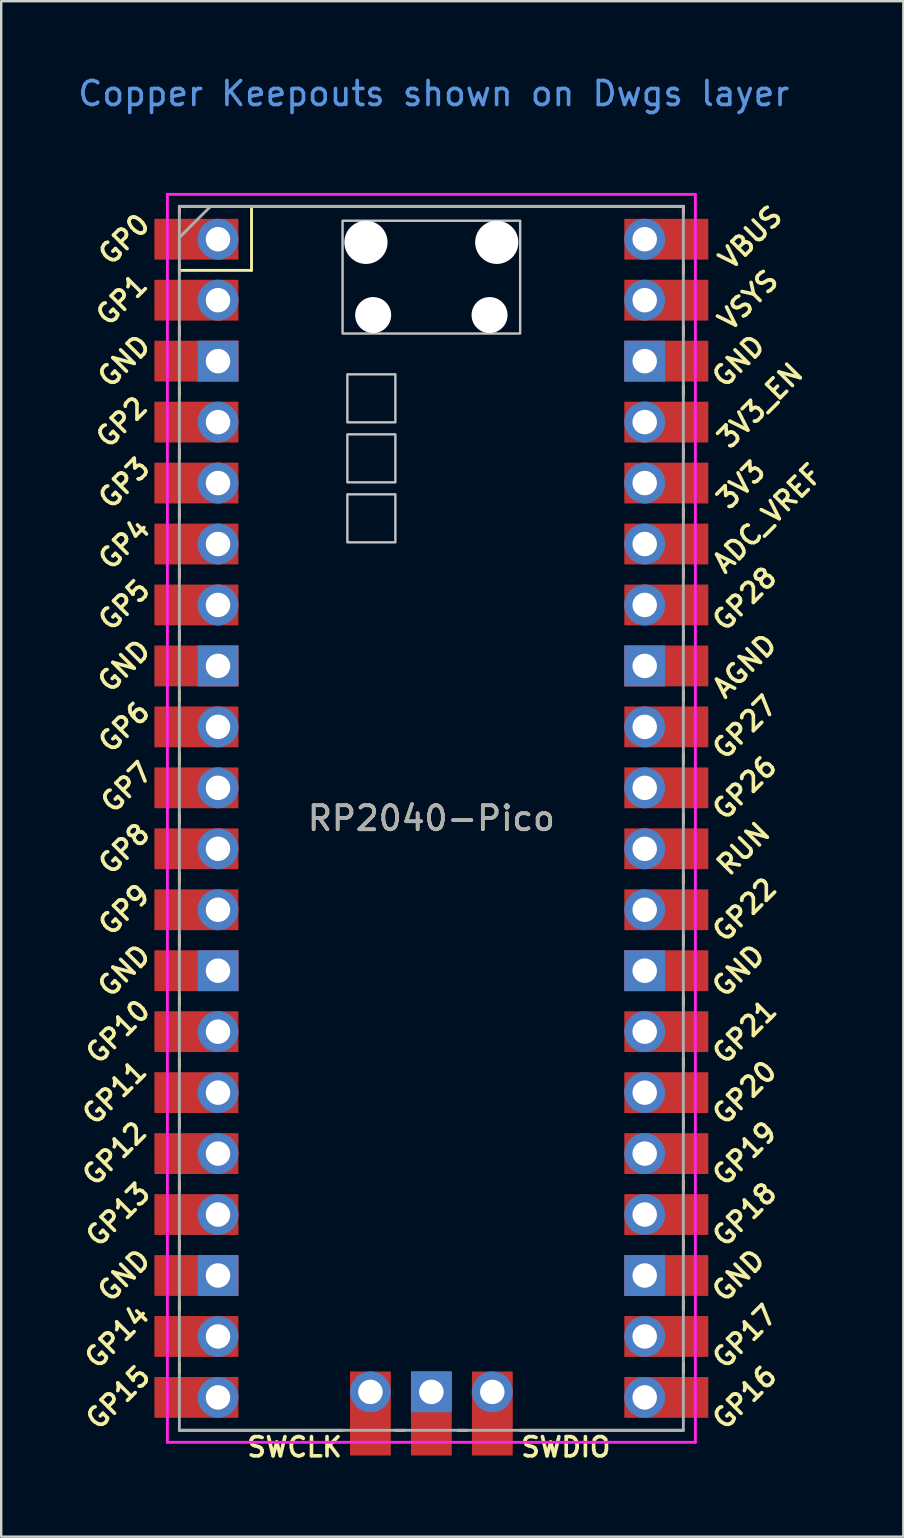
<source format=kicad_pcb>
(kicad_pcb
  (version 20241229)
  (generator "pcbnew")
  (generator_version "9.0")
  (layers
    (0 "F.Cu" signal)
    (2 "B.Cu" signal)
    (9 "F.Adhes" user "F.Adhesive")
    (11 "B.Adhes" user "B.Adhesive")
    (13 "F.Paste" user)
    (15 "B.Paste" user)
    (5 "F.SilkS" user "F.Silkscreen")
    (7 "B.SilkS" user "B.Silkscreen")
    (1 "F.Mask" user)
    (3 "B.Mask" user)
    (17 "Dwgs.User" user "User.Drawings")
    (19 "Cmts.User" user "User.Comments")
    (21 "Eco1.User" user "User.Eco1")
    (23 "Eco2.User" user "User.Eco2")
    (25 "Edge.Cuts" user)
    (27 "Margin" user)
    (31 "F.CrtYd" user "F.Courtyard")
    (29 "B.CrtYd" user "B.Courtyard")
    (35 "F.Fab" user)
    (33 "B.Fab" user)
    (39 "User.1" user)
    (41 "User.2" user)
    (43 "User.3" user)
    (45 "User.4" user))
  (footprint "RP2040-Pico"
    (layer "F.Cu")
    (at 14.924 31.048)
    (property "Reference" "RP2040-Pico" (at 0 0 0) (layer "F.SilkS") (effects (font (size 1 1) (thickness 0.15))))
    (attr through_hole)
    (fp_line (start -10.5 -25.5) (end -10.5 -25.2) (stroke (width 0.12) (type solid)) (layer "F.SilkS"))
    (fp_line (start -10.5 -25.5) (end 10.5 -25.5) (stroke (width 0.12) (type solid)) (layer "F.SilkS"))
    (fp_line (start -10.5 -23.1) (end -10.5 -22.7) (stroke (width 0.12) (type solid)) (layer "F.SilkS"))
    (fp_line (start -10.5 -22.833) (end -7.493 -22.833) (stroke (width 0.12) (type solid)) (layer "F.SilkS"))
    (fp_line (start -10.5 -20.5) (end -10.5 -20.1) (stroke (width 0.12) (type solid)) (layer "F.SilkS"))
    (fp_line (start -10.5 -18) (end -10.5 -17.6) (stroke (width 0.12) (type solid)) (layer "F.SilkS"))
    (fp_line (start -10.5 -15.4) (end -10.5 -15) (stroke (width 0.12) (type solid)) (layer "F.SilkS"))
    (fp_line (start -10.5 -12.9) (end -10.5 -12.5) (stroke (width 0.12) (type solid)) (layer "F.SilkS"))
    (fp_line (start -10.5 -10.4) (end -10.5 -10) (stroke (width 0.12) (type solid)) (layer "F.SilkS"))
    (fp_line (start -10.5 -7.8) (end -10.5 -7.4) (stroke (width 0.12) (type solid)) (layer "F.SilkS"))
    (fp_line (start -10.5 -5.3) (end -10.5 -4.9) (stroke (width 0.12) (type solid)) (layer "F.SilkS"))
    (fp_line (start -10.5 -2.7) (end -10.5 -2.3) (stroke (width 0.12) (type solid)) (layer "F.SilkS"))
    (fp_line (start -10.5 -0.2) (end -10.5 0.2) (stroke (width 0.12) (type solid)) (layer "F.SilkS"))
    (fp_line (start -10.5 2.3) (end -10.5 2.7) (stroke (width 0.12) (type solid)) (layer "F.SilkS"))
    (fp_line (start -10.5 4.9) (end -10.5 5.3) (stroke (width 0.12) (type solid)) (layer "F.SilkS"))
    (fp_line (start -10.5 7.4) (end -10.5 7.8) (stroke (width 0.12) (type solid)) (layer "F.SilkS"))
    (fp_line (start -10.5 10) (end -10.5 10.4) (stroke (width 0.12) (type solid)) (layer "F.SilkS"))
    (fp_line (start -10.5 12.5) (end -10.5 12.9) (stroke (width 0.12) (type solid)) (layer "F.SilkS"))
    (fp_line (start -10.5 15.1) (end -10.5 15.5) (stroke (width 0.12) (type solid)) (layer "F.SilkS"))
    (fp_line (start -10.5 17.6) (end -10.5 18) (stroke (width 0.12) (type solid)) (layer "F.SilkS"))
    (fp_line (start -10.5 20.1) (end -10.5 20.5) (stroke (width 0.12) (type solid)) (layer "F.SilkS"))
    (fp_line (start -10.5 22.7) (end -10.5 23.1) (stroke (width 0.12) (type solid)) (layer "F.SilkS"))
    (fp_line (start -7.493 -22.833) (end -7.493 -25.5) (stroke (width 0.12) (type solid)) (layer "F.SilkS"))
    (fp_line (start -3.7 25.5) (end -10.5 25.5) (stroke (width 0.12) (type solid)) (layer "F.SilkS"))
    (fp_line (start -1.5 25.5) (end -1.1 25.5) (stroke (width 0.12) (type solid)) (layer "F.SilkS"))
    (fp_line (start 1.1 25.5) (end 1.5 25.5) (stroke (width 0.12) (type solid)) (layer "F.SilkS"))
    (fp_line (start 10.5 -25.5) (end 10.5 -25.2) (stroke (width 0.12) (type solid)) (layer "F.SilkS"))
    (fp_line (start 10.5 -23.1) (end 10.5 -22.7) (stroke (width 0.12) (type solid)) (layer "F.SilkS"))
    (fp_line (start 10.5 -20.5) (end 10.5 -20.1) (stroke (width 0.12) (type solid)) (layer "F.SilkS"))
    (fp_line (start 10.5 -18) (end 10.5 -17.6) (stroke (width 0.12) (type solid)) (layer "F.SilkS"))
    (fp_line (start 10.5 -15.4) (end 10.5 -15) (stroke (width 0.12) (type solid)) (layer "F.SilkS"))
    (fp_line (start 10.5 -12.9) (end 10.5 -12.5) (stroke (width 0.12) (type solid)) (layer "F.SilkS"))
    (fp_line (start 10.5 -10.4) (end 10.5 -10) (stroke (width 0.12) (type solid)) (layer "F.SilkS"))
    (fp_line (start 10.5 -7.8) (end 10.5 -7.4) (stroke (width 0.12) (type solid)) (layer "F.SilkS"))
    (fp_line (start 10.5 -5.3) (end 10.5 -4.9) (stroke (width 0.12) (type solid)) (layer "F.SilkS"))
    (fp_line (start 10.5 -2.7) (end 10.5 -2.3) (stroke (width 0.12) (type solid)) (layer "F.SilkS"))
    (fp_line (start 10.5 -0.2) (end 10.5 0.2) (stroke (width 0.12) (type solid)) (layer "F.SilkS"))
    (fp_line (start 10.5 2.3) (end 10.5 2.7) (stroke (width 0.12) (type solid)) (layer "F.SilkS"))
    (fp_line (start 10.5 4.9) (end 10.5 5.3) (stroke (width 0.12) (type solid)) (layer "F.SilkS"))
    (fp_line (start 10.5 7.4) (end 10.5 7.8) (stroke (width 0.12) (type solid)) (layer "F.SilkS"))
    (fp_line (start 10.5 10) (end 10.5 10.4) (stroke (width 0.12) (type solid)) (layer "F.SilkS"))
    (fp_line (start 10.5 12.5) (end 10.5 12.9) (stroke (width 0.12) (type solid)) (layer "F.SilkS"))
    (fp_line (start 10.5 15.1) (end 10.5 15.5) (stroke (width 0.12) (type solid)) (layer "F.SilkS"))
    (fp_line (start 10.5 17.6) (end 10.5 18) (stroke (width 0.12) (type solid)) (layer "F.SilkS"))
    (fp_line (start 10.5 20.1) (end 10.5 20.5) (stroke (width 0.12) (type solid)) (layer "F.SilkS"))
    (fp_line (start 10.5 22.7) (end 10.5 23.1) (stroke (width 0.12) (type solid)) (layer "F.SilkS"))
    (fp_line (start 10.5 25.5) (end 3.7 25.5) (stroke (width 0.12) (type solid)) (layer "F.SilkS"))
    (fp_poly (pts (xy -1.5 -16.5) (xy -3.5 -16.5) (xy -3.5 -18.5) (xy -1.5 -18.5)) (stroke (width 0.1) (type solid)) (fill no) (layer "Dwgs.User"))
    (fp_poly (pts (xy -1.5 -14) (xy -3.5 -14) (xy -3.5 -16) (xy -1.5 -16)) (stroke (width 0.1) (type solid)) (fill no) (layer "Dwgs.User"))
    (fp_poly (pts (xy -1.5 -11.5) (xy -3.5 -11.5) (xy -3.5 -13.5) (xy -1.5 -13.5)) (stroke (width 0.1) (type solid)) (fill no) (layer "Dwgs.User"))
    (fp_poly (pts (xy 3.7 -20.2) (xy -3.7 -20.2) (xy -3.7 -24.9) (xy 3.7 -24.9)) (stroke (width 0.1) (type solid)) (fill no) (layer "Dwgs.User"))
    (fp_line (start -11 -26) (end 11 -26) (stroke (width 0.12) (type solid)) (layer "F.CrtYd"))
    (fp_line (start -11 26) (end -11 -26) (stroke (width 0.12) (type solid)) (layer "F.CrtYd"))
    (fp_line (start 11 -26) (end 11 26) (stroke (width 0.12) (type solid)) (layer "F.CrtYd"))
    (fp_line (start 11 26) (end -11 26) (stroke (width 0.12) (type solid)) (layer "F.CrtYd"))
    (fp_line (start -10.5 -25.5) (end 10.5 -25.5) (stroke (width 0.12) (type solid)) (layer "F.Fab"))
    (fp_line (start -10.5 -24.2) (end -9.2 -25.5) (stroke (width 0.12) (type solid)) (layer "F.Fab"))
    (fp_line (start -10.5 25.5) (end -10.5 -25.5) (stroke (width 0.12) (type solid)) (layer "F.Fab"))
    (fp_line (start 10.5 -25.5) (end 10.5 25.5) (stroke (width 0.12) (type solid)) (layer "F.Fab"))
    (fp_line (start 10.5 25.5) (end -10.5 25.5) (stroke (width 0.12) (type solid)) (layer "F.Fab"))
    (fp_text user "GP1" (at -12.9 -21.6 45) (layer "F.SilkS") (effects (font (size 0.8 0.8) (thickness 0.15))))
    (fp_text user "GP5" (at -12.8 -8.89 45) (layer "F.SilkS") (effects (font (size 0.8 0.8) (thickness 0.15))))
    (fp_text user "GND" (at -12.8 -6.35 45) (layer "F.SilkS") (effects (font (size 0.8 0.8) (thickness 0.15))))
    (fp_text user "GP16" (at 13.054 24.13 45) (layer "F.SilkS") (effects (font (size 0.8 0.8) (thickness 0.15))))
    (fp_text user "RUN" (at 13 1.27 45) (layer "F.SilkS") (effects (font (size 0.8 0.8) (thickness 0.15))))
    (fp_text user "GP27" (at 13.054 -3.8 45) (layer "F.SilkS") (effects (font (size 0.8 0.8) (thickness 0.15))))
    (fp_text user "GP7" (at -12.7 -1.3 45) (layer "F.SilkS") (effects (font (size 0.8 0.8) (thickness 0.15))))
    (fp_text user "GP4" (at -12.8 -11.43 45) (layer "F.SilkS") (effects (font (size 0.8 0.8) (thickness 0.15))))
    (fp_text user "GP14" (at -13.1 21.59 45) (layer "F.SilkS") (effects (font (size 0.8 0.8) (thickness 0.15))))
    (fp_text user "GND" (at -12.8 6.35 45) (layer "F.SilkS") (effects (font (size 0.8 0.8) (thickness 0.15))))
    (fp_text user "GP18" (at 13.054 16.51 45) (layer "F.SilkS") (effects (font (size 0.8 0.8) (thickness 0.15))))
    (fp_text user "GP13" (at -13.054 16.51 45) (layer "F.SilkS") (effects (font (size 0.8 0.8) (thickness 0.15))))
    (fp_text user "VBUS" (at 13.3 -24.2 45) (layer "F.SilkS") (effects (font (size 0.8 0.8) (thickness 0.15))))
    (fp_text user "GP10" (at -13.054 8.89 45) (layer "F.SilkS") (effects (font (size 0.8 0.8) (thickness 0.15))))
    (fp_text user "GND" (at 12.8 6.35 45) (layer "F.SilkS") (effects (font (size 0.8 0.8) (thickness 0.15))))
    (fp_text user "ADC_VREF" (at 14 -12.5 45) (layer "F.SilkS") (effects (font (size 0.8 0.8) (thickness 0.15))))
    (fp_text user "GP22" (at 13.054 3.81 45) (layer "F.SilkS") (effects (font (size 0.8 0.8) (thickness 0.15))))
    (fp_text user "3V3" (at 12.9 -13.9 45) (layer "F.SilkS") (effects (font (size 0.8 0.8) (thickness 0.15))))
    (fp_text user "3V3_EN" (at 13.7 -17.2 45) (layer "F.SilkS") (effects (font (size 0.8 0.8) (thickness 0.15))))
    (fp_text user "GP26" (at 13.054 -1.27 45) (layer "F.SilkS") (effects (font (size 0.8 0.8) (thickness 0.15))))
    (fp_text user "GP6" (at -12.8 -3.81 45) (layer "F.SilkS") (effects (font (size 0.8 0.8) (thickness 0.15))))
    (fp_text user "GP17" (at 13.054 21.59 45) (layer "F.SilkS") (effects (font (size 0.8 0.8) (thickness 0.15))))
    (fp_text user "VSYS" (at 13.2 -21.59 45) (layer "F.SilkS") (effects (font (size 0.8 0.8) (thickness 0.15))))
    (fp_text user "GP3" (at -12.8 -13.97 45) (layer "F.SilkS") (effects (font (size 0.8 0.8) (thickness 0.15))))
    (fp_text user "GP2" (at -12.9 -16.51 45) (layer "F.SilkS") (effects (font (size 0.8 0.8) (thickness 0.15))))
    (fp_text user "GP21" (at 13.054 8.9 45) (layer "F.SilkS") (effects (font (size 0.8 0.8) (thickness 0.15))))
    (fp_text user "GP0" (at -12.8 -24.13 45) (layer "F.SilkS") (effects (font (size 0.8 0.8) (thickness 0.15))))
    (fp_text user "GP11" (at -13.2 11.43 45) (layer "F.SilkS") (effects (font (size 0.8 0.8) (thickness 0.15))))
    (fp_text user "GND" (at -12.8 -19.05 45) (layer "F.SilkS") (effects (font (size 0.8 0.8) (thickness 0.15))))
    (fp_text user "GND" (at -12.8 19.05 45) (layer "F.SilkS") (effects (font (size 0.8 0.8) (thickness 0.15))))
    (fp_text user "GND" (at 12.8 -19.05 45) (layer "F.SilkS") (effects (font (size 0.8 0.8) (thickness 0.15))))
    (fp_text user "AGND" (at 13.054 -6.35 45) (layer "F.SilkS") (effects (font (size 0.8 0.8) (thickness 0.15))))
    (fp_text user "GP20" (at 13.054 11.43 45) (layer "F.SilkS") (effects (font (size 0.8 0.8) (thickness 0.15))))
    (fp_text user "GP28" (at 13.054 -9.144 45) (layer "F.SilkS") (effects (font (size 0.8 0.8) (thickness 0.15))))
    (fp_text user "GP12" (at -13.2 13.97 45) (layer "F.SilkS") (effects (font (size 0.8 0.8) (thickness 0.15))))
    (fp_text user "SWDIO" (at 5.6 26.2 0) (layer "F.SilkS") (effects (font (size 0.8 0.8) (thickness 0.15))))
    (fp_text user "GP19" (at 13.054 13.97 45) (layer "F.SilkS") (effects (font (size 0.8 0.8) (thickness 0.15))))
    (fp_text user "GP15" (at -13.054 24.13 45) (layer "F.SilkS") (effects (font (size 0.8 0.8) (thickness 0.15))))
    (fp_text user "GND" (at 12.8 19.05 45) (layer "F.SilkS") (effects (font (size 0.8 0.8) (thickness 0.15))))
    (fp_text user "GP8" (at -12.8 1.27 45) (layer "F.SilkS") (effects (font (size 0.8 0.8) (thickness 0.15))))
    (fp_text user "SWCLK" (at -5.7 26.2 0) (layer "F.SilkS") (effects (font (size 0.8 0.8) (thickness 0.15))))
    (fp_text user "GP9" (at -12.8 3.81 45) (layer "F.SilkS") (effects (font (size 0.8 0.8) (thickness 0.15))))
    (fp_text user "Copper Keepouts shown on Dwgs layer" (at 0.1 -30.2 0) (layer "Cmts.User") (effects (font (size 1 1) (thickness 0.15))))
    (fp_text user "${REFERENCE}" (at 0 0 180) (layer "F.Fab") (effects (font (size 1 1) (thickness 0.15))))
    (pad "" np_thru_hole oval (at -2.725 -24) (size 1.8 1.8) (drill 1.8) (layers "*.Cu" "*.Mask"))
    (pad "" np_thru_hole oval (at -2.425 -20.97) (size 1.5 1.5) (drill 1.5) (layers "*.Cu" "*.Mask"))
    (pad "" np_thru_hole oval (at 2.425 -20.97) (size 1.5 1.5) (drill 1.5) (layers "*.Cu" "*.Mask"))
    (pad "" np_thru_hole oval (at 2.725 -24) (size 1.8 1.8) (drill 1.8) (layers "*.Cu" "*.Mask"))
    (pad "1" thru_hole oval (at -8.89 -24.13) (size 1.7 1.7) (drill 1.02) (layers "*.Cu" "*.Mask"))
    (pad "1" smd rect (at -8.89 -24.13) (size 3.5 1.7) (drill (offset -0.9 0)) (layers "F.Cu" "F.Mask"))
    (pad "2" thru_hole oval (at -8.89 -21.59) (size 1.7 1.7) (drill 1.02) (layers "*.Cu" "*.Mask"))
    (pad "2" smd rect (at -8.89 -21.59) (size 3.5 1.7) (drill (offset -0.9 0)) (layers "F.Cu" "F.Mask"))
    (pad "3" thru_hole rect (at -8.89 -19.05) (size 1.7 1.7) (drill 1.02) (layers "*.Cu" "*.Mask"))
    (pad "3" smd rect (at -8.89 -19.05) (size 3.5 1.7) (drill (offset -0.9 0)) (layers "F.Cu" "F.Mask"))
    (pad "4" thru_hole oval (at -8.89 -16.51) (size 1.7 1.7) (drill 1.02) (layers "*.Cu" "*.Mask"))
    (pad "4" smd rect (at -8.89 -16.51) (size 3.5 1.7) (drill (offset -0.9 0)) (layers "F.Cu" "F.Mask"))
    (pad "5" thru_hole oval (at -8.89 -13.97) (size 1.7 1.7) (drill 1.02) (layers "*.Cu" "*.Mask"))
    (pad "5" smd rect (at -8.89 -13.97) (size 3.5 1.7) (drill (offset -0.9 0)) (layers "F.Cu" "F.Mask"))
    (pad "6" thru_hole oval (at -8.89 -11.43) (size 1.7 1.7) (drill 1.02) (layers "*.Cu" "*.Mask"))
    (pad "6" smd rect (at -8.89 -11.43) (size 3.5 1.7) (drill (offset -0.9 0)) (layers "F.Cu" "F.Mask"))
    (pad "7" thru_hole oval (at -8.89 -8.89) (size 1.7 1.7) (drill 1.02) (layers "*.Cu" "*.Mask"))
    (pad "7" smd rect (at -8.89 -8.89) (size 3.5 1.7) (drill (offset -0.9 0)) (layers "F.Cu" "F.Mask"))
    (pad "8" thru_hole rect (at -8.89 -6.35) (size 1.7 1.7) (drill 1.02) (layers "*.Cu" "*.Mask"))
    (pad "8" smd rect (at -8.89 -6.35) (size 3.5 1.7) (drill (offset -0.9 0)) (layers "F.Cu" "F.Mask"))
    (pad "9" thru_hole oval (at -8.89 -3.81) (size 1.7 1.7) (drill 1.02) (layers "*.Cu" "*.Mask"))
    (pad "9" smd rect (at -8.89 -3.81) (size 3.5 1.7) (drill (offset -0.9 0)) (layers "F.Cu" "F.Mask"))
    (pad "10" thru_hole oval (at -8.89 -1.27) (size 1.7 1.7) (drill 1.02) (layers "*.Cu" "*.Mask"))
    (pad "10" smd rect (at -8.89 -1.27) (size 3.5 1.7) (drill (offset -0.9 0)) (layers "F.Cu" "F.Mask"))
    (pad "11" thru_hole oval (at -8.89 1.27) (size 1.7 1.7) (drill 1.02) (layers "*.Cu" "*.Mask"))
    (pad "11" smd rect (at -8.89 1.27) (size 3.5 1.7) (drill (offset -0.9 0)) (layers "F.Cu" "F.Mask"))
    (pad "12" thru_hole oval (at -8.89 3.81) (size 1.7 1.7) (drill 1.02) (layers "*.Cu" "*.Mask"))
    (pad "12" smd rect (at -8.89 3.81) (size 3.5 1.7) (drill (offset -0.9 0)) (layers "F.Cu" "F.Mask"))
    (pad "13" thru_hole rect (at -8.89 6.35) (size 1.7 1.7) (drill 1.02) (layers "*.Cu" "*.Mask"))
    (pad "13" smd rect (at -8.89 6.35) (size 3.5 1.7) (drill (offset -0.9 0)) (layers "F.Cu" "F.Mask"))
    (pad "14" thru_hole oval (at -8.89 8.89) (size 1.7 1.7) (drill 1.02) (layers "*.Cu" "*.Mask"))
    (pad "14" smd rect (at -8.89 8.89) (size 3.5 1.7) (drill (offset -0.9 0)) (layers "F.Cu" "F.Mask"))
    (pad "15" thru_hole oval (at -8.89 11.43) (size 1.7 1.7) (drill 1.02) (layers "*.Cu" "*.Mask"))
    (pad "15" smd rect (at -8.89 11.43) (size 3.5 1.7) (drill (offset -0.9 0)) (layers "F.Cu" "F.Mask"))
    (pad "16" thru_hole oval (at -8.89 13.97) (size 1.7 1.7) (drill 1.02) (layers "*.Cu" "*.Mask"))
    (pad "16" smd rect (at -8.89 13.97) (size 3.5 1.7) (drill (offset -0.9 0)) (layers "F.Cu" "F.Mask"))
    (pad "17" thru_hole oval (at -8.89 16.51) (size 1.7 1.7) (drill 1.02) (layers "*.Cu" "*.Mask"))
    (pad "17" smd rect (at -8.89 16.51) (size 3.5 1.7) (drill (offset -0.9 0)) (layers "F.Cu" "F.Mask"))
    (pad "18" thru_hole rect (at -8.89 19.05) (size 1.7 1.7) (drill 1.02) (layers "*.Cu" "*.Mask"))
    (pad "18" smd rect (at -8.89 19.05) (size 3.5 1.7) (drill (offset -0.9 0)) (layers "F.Cu" "F.Mask"))
    (pad "19" thru_hole oval (at -8.89 21.59) (size 1.7 1.7) (drill 1.02) (layers "*.Cu" "*.Mask"))
    (pad "19" smd rect (at -8.89 21.59) (size 3.5 1.7) (drill (offset -0.9 0)) (layers "F.Cu" "F.Mask"))
    (pad "20" thru_hole oval (at -8.89 24.13) (size 1.7 1.7) (drill 1.02) (layers "*.Cu" "*.Mask"))
    (pad "20" smd rect (at -8.89 24.13) (size 3.5 1.7) (drill (offset -0.9 0)) (layers "F.Cu" "F.Mask"))
    (pad "21" thru_hole oval (at 8.89 24.13) (size 1.7 1.7) (drill 1.02) (layers "*.Cu" "*.Mask"))
    (pad "21" smd rect (at 8.89 24.13) (size 3.5 1.7) (drill (offset 0.9 0)) (layers "F.Cu" "F.Mask"))
    (pad "22" thru_hole oval (at 8.89 21.59) (size 1.7 1.7) (drill 1.02) (layers "*.Cu" "*.Mask"))
    (pad "22" smd rect (at 8.89 21.59) (size 3.5 1.7) (drill (offset 0.9 0)) (layers "F.Cu" "F.Mask"))
    (pad "23" thru_hole rect (at 8.89 19.05) (size 1.7 1.7) (drill 1.02) (layers "*.Cu" "*.Mask"))
    (pad "23" smd rect (at 8.89 19.05) (size 3.5 1.7) (drill (offset 0.9 0)) (layers "F.Cu" "F.Mask"))
    (pad "24" thru_hole oval (at 8.89 16.51) (size 1.7 1.7) (drill 1.02) (layers "*.Cu" "*.Mask"))
    (pad "24" smd rect (at 8.89 16.51) (size 3.5 1.7) (drill (offset 0.9 0)) (layers "F.Cu" "F.Mask"))
    (pad "25" thru_hole oval (at 8.89 13.97) (size 1.7 1.7) (drill 1.02) (layers "*.Cu" "*.Mask"))
    (pad "25" smd rect (at 8.89 13.97) (size 3.5 1.7) (drill (offset 0.9 0)) (layers "F.Cu" "F.Mask"))
    (pad "26" thru_hole oval (at 8.89 11.43) (size 1.7 1.7) (drill 1.02) (layers "*.Cu" "*.Mask"))
    (pad "26" smd rect (at 8.89 11.43) (size 3.5 1.7) (drill (offset 0.9 0)) (layers "F.Cu" "F.Mask"))
    (pad "27" thru_hole oval (at 8.89 8.89) (size 1.7 1.7) (drill 1.02) (layers "*.Cu" "*.Mask"))
    (pad "27" smd rect (at 8.89 8.89) (size 3.5 1.7) (drill (offset 0.9 0)) (layers "F.Cu" "F.Mask"))
    (pad "28" thru_hole rect (at 8.89 6.35) (size 1.7 1.7) (drill 1.02) (layers "*.Cu" "*.Mask"))
    (pad "28" smd rect (at 8.89 6.35) (size 3.5 1.7) (drill (offset 0.9 0)) (layers "F.Cu" "F.Mask"))
    (pad "29" thru_hole oval (at 8.89 3.81) (size 1.7 1.7) (drill 1.02) (layers "*.Cu" "*.Mask"))
    (pad "29" smd rect (at 8.89 3.81) (size 3.5 1.7) (drill (offset 0.9 0)) (layers "F.Cu" "F.Mask"))
    (pad "30" thru_hole oval (at 8.89 1.27) (size 1.7 1.7) (drill 1.02) (layers "*.Cu" "*.Mask"))
    (pad "30" smd rect (at 8.89 1.27) (size 3.5 1.7) (drill (offset 0.9 0)) (layers "F.Cu" "F.Mask"))
    (pad "31" thru_hole oval (at 8.89 -1.27) (size 1.7 1.7) (drill 1.02) (layers "*.Cu" "*.Mask"))
    (pad "31" smd rect (at 8.89 -1.27) (size 3.5 1.7) (drill (offset 0.9 0)) (layers "F.Cu" "F.Mask"))
    (pad "32" thru_hole oval (at 8.89 -3.81) (size 1.7 1.7) (drill 1.02) (layers "*.Cu" "*.Mask"))
    (pad "32" smd rect (at 8.89 -3.81) (size 3.5 1.7) (drill (offset 0.9 0)) (layers "F.Cu" "F.Mask"))
    (pad "33" thru_hole rect (at 8.89 -6.35) (size 1.7 1.7) (drill 1.02) (layers "*.Cu" "*.Mask"))
    (pad "33" smd rect (at 8.89 -6.35) (size 3.5 1.7) (drill (offset 0.9 0)) (layers "F.Cu" "F.Mask"))
    (pad "34" thru_hole oval (at 8.89 -8.89) (size 1.7 1.7) (drill 1.02) (layers "*.Cu" "*.Mask"))
    (pad "34" smd rect (at 8.89 -8.89) (size 3.5 1.7) (drill (offset 0.9 0)) (layers "F.Cu" "F.Mask"))
    (pad "35" thru_hole oval (at 8.89 -11.43) (size 1.7 1.7) (drill 1.02) (layers "*.Cu" "*.Mask"))
    (pad "35" smd rect (at 8.89 -11.43) (size 3.5 1.7) (drill (offset 0.9 0)) (layers "F.Cu" "F.Mask"))
    (pad "36" thru_hole oval (at 8.89 -13.97) (size 1.7 1.7) (drill 1.02) (layers "*.Cu" "*.Mask"))
    (pad "36" smd rect (at 8.89 -13.97) (size 3.5 1.7) (drill (offset 0.9 0)) (layers "F.Cu" "F.Mask"))
    (pad "37" thru_hole oval (at 8.89 -16.51) (size 1.7 1.7) (drill 1.02) (layers "*.Cu" "*.Mask"))
    (pad "37" smd rect (at 8.89 -16.51) (size 3.5 1.7) (drill (offset 0.9 0)) (layers "F.Cu" "F.Mask"))
    (pad "38" thru_hole rect (at 8.89 -19.05) (size 1.7 1.7) (drill 1.02) (layers "*.Cu" "*.Mask"))
    (pad "38" smd rect (at 8.89 -19.05) (size 3.5 1.7) (drill (offset 0.9 0)) (layers "F.Cu" "F.Mask"))
    (pad "39" thru_hole oval (at 8.89 -21.59) (size 1.7 1.7) (drill 1.02) (layers "*.Cu" "*.Mask"))
    (pad "39" smd rect (at 8.89 -21.59) (size 3.5 1.7) (drill (offset 0.9 0)) (layers "F.Cu" "F.Mask"))
    (pad "40" thru_hole oval (at 8.89 -24.13) (size 1.7 1.7) (drill 1.02) (layers "*.Cu" "*.Mask"))
    (pad "40" smd rect (at 8.89 -24.13) (size 3.5 1.7) (drill (offset 0.9 0)) (layers "F.Cu" "F.Mask"))
    (pad "41" thru_hole oval (at -2.54 23.9) (size 1.7 1.7) (drill 1.02) (layers "*.Cu" "*.Mask"))
    (pad "41" smd rect (at -2.54 23.9 90) (size 3.5 1.7) (drill (offset -0.9 0)) (layers "F.Cu" "F.Mask"))
    (pad "42" thru_hole rect (at 0 23.9) (size 1.7 1.7) (drill 1.02) (layers "*.Cu" "*.Mask"))
    (pad "42" smd rect (at 0 23.9 90) (size 3.5 1.7) (drill (offset -0.9 0)) (layers "F.Cu" "F.Mask"))
    (pad "43" thru_hole oval (at 2.54 23.9) (size 1.7 1.7) (drill 1.02) (layers "*.Cu" "*.Mask"))
    (pad "43" smd rect (at 2.54 23.9 90) (size 3.5 1.7) (drill (offset -0.9 0)) (layers "F.Cu" "F.Mask")))
  (gr_rect
    (start -3 -3)
    (end 34.591 60.98)
    (stroke (width 0.1) (type default))
    (fill no)
    (layer "Edge.Cuts")))
</source>
